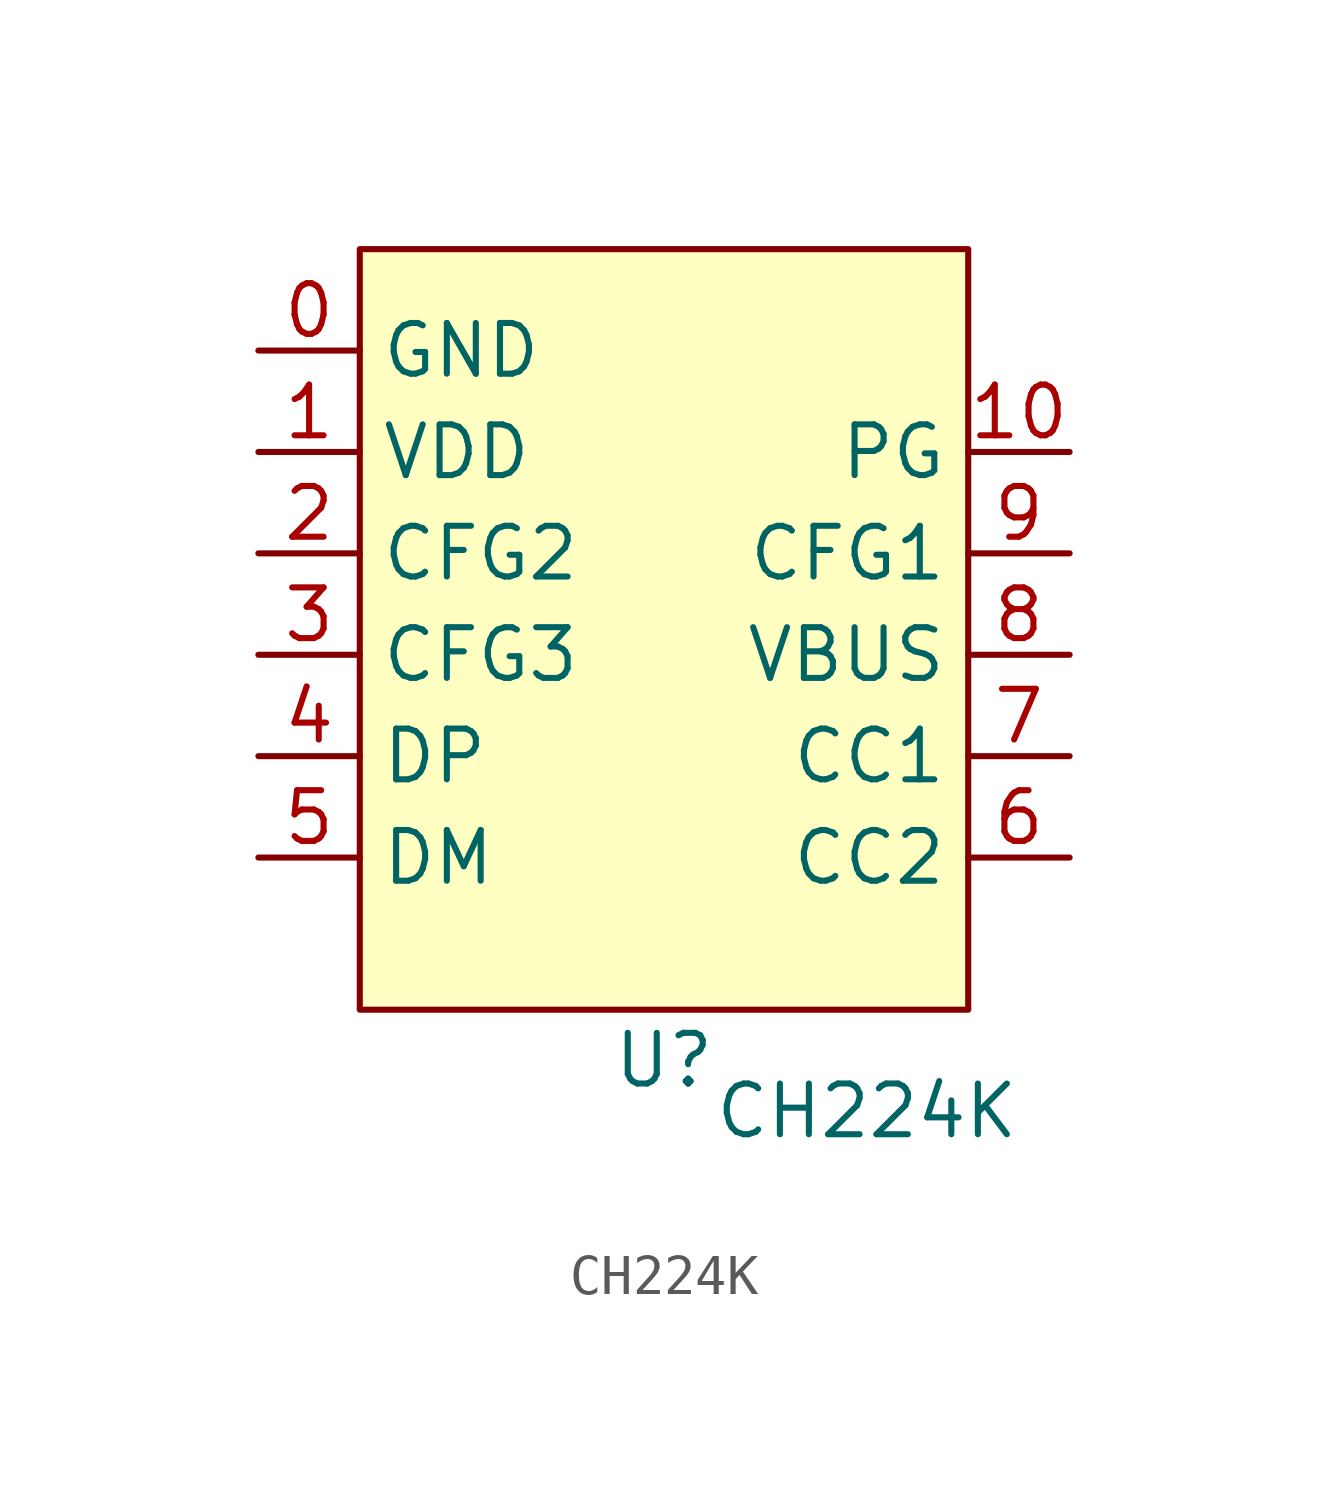
<source format=kicad_sym>
(kicad_symbol_lib
  (version 20220914)
  (generator kicad_symbol_editor)
  (symbol "CH224K"
    (property "Reference" "U"
      (at 0 -10.16 0)
      (effects (font (size 1.27 1.27))))
    (property "Value" "CH224K"
      (at 5.08 -11.43 0)
      (effects (font (size 1.27 1.27))))
    (symbol "CH224K_0_1"
      (rectangle (start -7.62 10.16) (end 7.62 -8.89) (stroke (width 0) (type default)) (fill (type background))))
    (symbol "CH224K_1_1"
      (pin input line (at -10.16 7.62 0) (length 2.54) (name "GND" (effects (font (size 1.27 1.27)))) (number "0" (effects (font (size 1.27 1.27)))))
      (pin input line (at -10.16 5.08 0) (length 2.54) (name "VDD" (effects (font (size 1.27 1.27)))) (number "1" (effects (font (size 1.27 1.27)))))
      (pin output line (at 10.16 5.08 180) (length 2.54) (name "PG" (effects (font (size 1.27 1.27)))) (number "10" (effects (font (size 1.27 1.27)))))
      (pin input line (at -10.16 2.54 0) (length 2.54) (name "CFG2" (effects (font (size 1.27 1.27)))) (number "2" (effects (font (size 1.27 1.27)))))
      (pin input line (at -10.16 0 0) (length 2.54) (name "CFG3" (effects (font (size 1.27 1.27)))) (number "3" (effects (font (size 1.27 1.27)))))
      (pin bidirectional line (at -10.16 -2.54 0) (length 2.54) (name "DP" (effects (font (size 1.27 1.27)))) (number "4" (effects (font (size 1.27 1.27)))))
      (pin bidirectional line (at -10.16 -5.08 0) (length 2.54) (name "DM" (effects (font (size 1.27 1.27)))) (number "5" (effects (font (size 1.27 1.27)))))
      (pin bidirectional line (at 10.16 -5.08 180) (length 2.54) (name "CC2" (effects (font (size 1.27 1.27)))) (number "6" (effects (font (size 1.27 1.27)))))
      (pin bidirectional line (at 10.16 -2.54 180) (length 2.54) (name "CC1" (effects (font (size 1.27 1.27)))) (number "7" (effects (font (size 1.27 1.27)))))
      (pin input line (at 10.16 0 180) (length 2.54) (name "VBUS" (effects (font (size 1.27 1.27)))) (number "8" (effects (font (size 1.27 1.27)))))
      (pin input line (at 10.16 2.54 180) (length 2.54) (name "CFG1" (effects (font (size 1.27 1.27)))) (number "9" (effects (font (size 1.27 1.27))))))))
</source>
